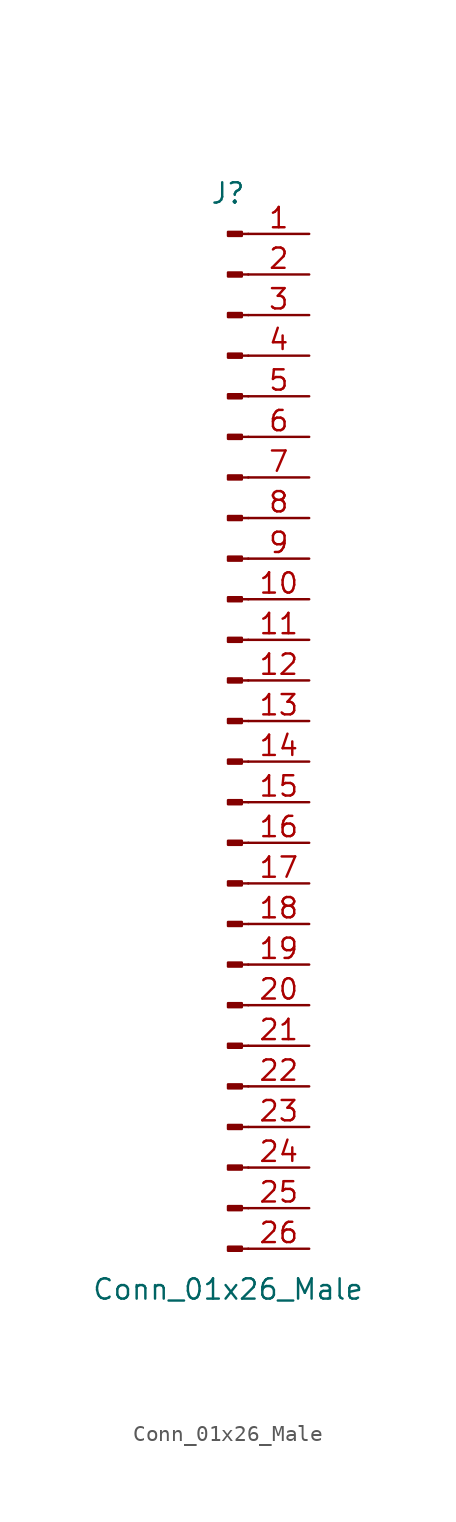
<source format=kicad_sym>
(kicad_symbol_lib
  (version 20220914)
  (generator kicad_symbol_editor)
  (symbol "Conn_01x26_Male"
    (pin_names
      (offset 1.016) hide)
    (property "Reference" "J"
      (at 0 33.02 0)
      (effects (font (size 1.27 1.27))))
    (property "Value" "Conn_01x26_Male"
      (at 0 -35.56 0)
      (effects (font (size 1.27 1.27))))
    (symbol "Conn_01x26_Male_1_1"
      (polyline (pts (xy 1.27 -33.02) (xy 0.864 -33.02)) (stroke (width 0.152) (type default)) (fill (type none)))
      (polyline (pts (xy 1.27 -30.48) (xy 0.864 -30.48)) (stroke (width 0.152) (type default)) (fill (type none)))
      (polyline (pts (xy 1.27 -27.94) (xy 0.864 -27.94)) (stroke (width 0.152) (type default)) (fill (type none)))
      (polyline (pts (xy 1.27 -25.4) (xy 0.864 -25.4)) (stroke (width 0.152) (type default)) (fill (type none)))
      (polyline (pts (xy 1.27 -22.86) (xy 0.864 -22.86)) (stroke (width 0.152) (type default)) (fill (type none)))
      (polyline (pts (xy 1.27 -20.32) (xy 0.864 -20.32)) (stroke (width 0.152) (type default)) (fill (type none)))
      (polyline (pts (xy 1.27 -17.78) (xy 0.864 -17.78)) (stroke (width 0.152) (type default)) (fill (type none)))
      (polyline (pts (xy 1.27 -15.24) (xy 0.864 -15.24)) (stroke (width 0.152) (type default)) (fill (type none)))
      (polyline (pts (xy 1.27 -12.7) (xy 0.864 -12.7)) (stroke (width 0.152) (type default)) (fill (type none)))
      (polyline (pts (xy 1.27 -10.16) (xy 0.864 -10.16)) (stroke (width 0.152) (type default)) (fill (type none)))
      (polyline (pts (xy 1.27 -7.62) (xy 0.864 -7.62)) (stroke (width 0.152) (type default)) (fill (type none)))
      (polyline (pts (xy 1.27 -5.08) (xy 0.864 -5.08)) (stroke (width 0.152) (type default)) (fill (type none)))
      (polyline (pts (xy 1.27 -2.54) (xy 0.864 -2.54)) (stroke (width 0.152) (type default)) (fill (type none)))
      (polyline (pts (xy 1.27 0) (xy 0.864 0)) (stroke (width 0.152) (type default)) (fill (type none)))
      (polyline (pts (xy 1.27 2.54) (xy 0.864 2.54)) (stroke (width 0.152) (type default)) (fill (type none)))
      (polyline (pts (xy 1.27 5.08) (xy 0.864 5.08)) (stroke (width 0.152) (type default)) (fill (type none)))
      (polyline (pts (xy 1.27 7.62) (xy 0.864 7.62)) (stroke (width 0.152) (type default)) (fill (type none)))
      (polyline (pts (xy 1.27 10.16) (xy 0.864 10.16)) (stroke (width 0.152) (type default)) (fill (type none)))
      (polyline (pts (xy 1.27 12.7) (xy 0.864 12.7)) (stroke (width 0.152) (type default)) (fill (type none)))
      (polyline (pts (xy 1.27 15.24) (xy 0.864 15.24)) (stroke (width 0.152) (type default)) (fill (type none)))
      (polyline (pts (xy 1.27 17.78) (xy 0.864 17.78)) (stroke (width 0.152) (type default)) (fill (type none)))
      (polyline (pts (xy 1.27 20.32) (xy 0.864 20.32)) (stroke (width 0.152) (type default)) (fill (type none)))
      (polyline (pts (xy 1.27 22.86) (xy 0.864 22.86)) (stroke (width 0.152) (type default)) (fill (type none)))
      (polyline (pts (xy 1.27 25.4) (xy 0.864 25.4)) (stroke (width 0.152) (type default)) (fill (type none)))
      (polyline (pts (xy 1.27 27.94) (xy 0.864 27.94)) (stroke (width 0.152) (type default)) (fill (type none)))
      (polyline (pts (xy 1.27 30.48) (xy 0.864 30.48)) (stroke (width 0.152) (type default)) (fill (type none)))
      (rectangle (start 0.864 -32.893) (end 0 -33.147) (stroke (width 0.152) (type default)) (fill (type outline)))
      (rectangle (start 0.864 -30.353) (end 0 -30.607) (stroke (width 0.152) (type default)) (fill (type outline)))
      (rectangle (start 0.864 -27.813) (end 0 -28.067) (stroke (width 0.152) (type default)) (fill (type outline)))
      (rectangle (start 0.864 -25.273) (end 0 -25.527) (stroke (width 0.152) (type default)) (fill (type outline)))
      (rectangle (start 0.864 -22.733) (end 0 -22.987) (stroke (width 0.152) (type default)) (fill (type outline)))
      (rectangle (start 0.864 -20.193) (end 0 -20.447) (stroke (width 0.152) (type default)) (fill (type outline)))
      (rectangle (start 0.864 -17.653) (end 0 -17.907) (stroke (width 0.152) (type default)) (fill (type outline)))
      (rectangle (start 0.864 -15.113) (end 0 -15.367) (stroke (width 0.152) (type default)) (fill (type outline)))
      (rectangle (start 0.864 -12.573) (end 0 -12.827) (stroke (width 0.152) (type default)) (fill (type outline)))
      (rectangle (start 0.864 -10.033) (end 0 -10.287) (stroke (width 0.152) (type default)) (fill (type outline)))
      (rectangle (start 0.864 -7.493) (end 0 -7.747) (stroke (width 0.152) (type default)) (fill (type outline)))
      (rectangle (start 0.864 -4.953) (end 0 -5.207) (stroke (width 0.152) (type default)) (fill (type outline)))
      (rectangle (start 0.864 -2.413) (end 0 -2.667) (stroke (width 0.152) (type default)) (fill (type outline)))
      (rectangle (start 0.864 0.127) (end 0 -0.127) (stroke (width 0.152) (type default)) (fill (type outline)))
      (rectangle (start 0.864 2.667) (end 0 2.413) (stroke (width 0.152) (type default)) (fill (type outline)))
      (rectangle (start 0.864 5.207) (end 0 4.953) (stroke (width 0.152) (type default)) (fill (type outline)))
      (rectangle (start 0.864 7.747) (end 0 7.493) (stroke (width 0.152) (type default)) (fill (type outline)))
      (rectangle (start 0.864 10.287) (end 0 10.033) (stroke (width 0.152) (type default)) (fill (type outline)))
      (rectangle (start 0.864 12.827) (end 0 12.573) (stroke (width 0.152) (type default)) (fill (type outline)))
      (rectangle (start 0.864 15.367) (end 0 15.113) (stroke (width 0.152) (type default)) (fill (type outline)))
      (rectangle (start 0.864 17.907) (end 0 17.653) (stroke (width 0.152) (type default)) (fill (type outline)))
      (rectangle (start 0.864 20.447) (end 0 20.193) (stroke (width 0.152) (type default)) (fill (type outline)))
      (rectangle (start 0.864 22.987) (end 0 22.733) (stroke (width 0.152) (type default)) (fill (type outline)))
      (rectangle (start 0.864 25.527) (end 0 25.273) (stroke (width 0.152) (type default)) (fill (type outline)))
      (rectangle (start 0.864 28.067) (end 0 27.813) (stroke (width 0.152) (type default)) (fill (type outline)))
      (rectangle (start 0.864 30.607) (end 0 30.353) (stroke (width 0.152) (type default)) (fill (type outline)))
      (pin passive line (at 5.08 30.48 180) (length 3.81) (name "Pin_1" (effects (font (size 1.27 1.27)))) (number "1" (effects (font (size 1.27 1.27)))))
      (pin passive line (at 5.08 7.62 180) (length 3.81) (name "Pin_10" (effects (font (size 1.27 1.27)))) (number "10" (effects (font (size 1.27 1.27)))))
      (pin passive line (at 5.08 5.08 180) (length 3.81) (name "Pin_11" (effects (font (size 1.27 1.27)))) (number "11" (effects (font (size 1.27 1.27)))))
      (pin passive line (at 5.08 2.54 180) (length 3.81) (name "Pin_12" (effects (font (size 1.27 1.27)))) (number "12" (effects (font (size 1.27 1.27)))))
      (pin passive line (at 5.08 0 180) (length 3.81) (name "Pin_13" (effects (font (size 1.27 1.27)))) (number "13" (effects (font (size 1.27 1.27)))))
      (pin passive line (at 5.08 -2.54 180) (length 3.81) (name "Pin_14" (effects (font (size 1.27 1.27)))) (number "14" (effects (font (size 1.27 1.27)))))
      (pin passive line (at 5.08 -5.08 180) (length 3.81) (name "Pin_15" (effects (font (size 1.27 1.27)))) (number "15" (effects (font (size 1.27 1.27)))))
      (pin passive line (at 5.08 -7.62 180) (length 3.81) (name "Pin_16" (effects (font (size 1.27 1.27)))) (number "16" (effects (font (size 1.27 1.27)))))
      (pin passive line (at 5.08 -10.16 180) (length 3.81) (name "Pin_17" (effects (font (size 1.27 1.27)))) (number "17" (effects (font (size 1.27 1.27)))))
      (pin passive line (at 5.08 -12.7 180) (length 3.81) (name "Pin_18" (effects (font (size 1.27 1.27)))) (number "18" (effects (font (size 1.27 1.27)))))
      (pin passive line (at 5.08 -15.24 180) (length 3.81) (name "Pin_19" (effects (font (size 1.27 1.27)))) (number "19" (effects (font (size 1.27 1.27)))))
      (pin passive line (at 5.08 27.94 180) (length 3.81) (name "Pin_2" (effects (font (size 1.27 1.27)))) (number "2" (effects (font (size 1.27 1.27)))))
      (pin passive line (at 5.08 -17.78 180) (length 3.81) (name "Pin_20" (effects (font (size 1.27 1.27)))) (number "20" (effects (font (size 1.27 1.27)))))
      (pin passive line (at 5.08 -20.32 180) (length 3.81) (name "Pin_21" (effects (font (size 1.27 1.27)))) (number "21" (effects (font (size 1.27 1.27)))))
      (pin passive line (at 5.08 -22.86 180) (length 3.81) (name "Pin_22" (effects (font (size 1.27 1.27)))) (number "22" (effects (font (size 1.27 1.27)))))
      (pin passive line (at 5.08 -25.4 180) (length 3.81) (name "Pin_23" (effects (font (size 1.27 1.27)))) (number "23" (effects (font (size 1.27 1.27)))))
      (pin passive line (at 5.08 -27.94 180) (length 3.81) (name "Pin_24" (effects (font (size 1.27 1.27)))) (number "24" (effects (font (size 1.27 1.27)))))
      (pin passive line (at 5.08 -30.48 180) (length 3.81) (name "Pin_25" (effects (font (size 1.27 1.27)))) (number "25" (effects (font (size 1.27 1.27)))))
      (pin passive line (at 5.08 -33.02 180) (length 3.81) (name "Pin_26" (effects (font (size 1.27 1.27)))) (number "26" (effects (font (size 1.27 1.27)))))
      (pin passive line (at 5.08 25.4 180) (length 3.81) (name "Pin_3" (effects (font (size 1.27 1.27)))) (number "3" (effects (font (size 1.27 1.27)))))
      (pin passive line (at 5.08 22.86 180) (length 3.81) (name "Pin_4" (effects (font (size 1.27 1.27)))) (number "4" (effects (font (size 1.27 1.27)))))
      (pin passive line (at 5.08 20.32 180) (length 3.81) (name "Pin_5" (effects (font (size 1.27 1.27)))) (number "5" (effects (font (size 1.27 1.27)))))
      (pin passive line (at 5.08 17.78 180) (length 3.81) (name "Pin_6" (effects (font (size 1.27 1.27)))) (number "6" (effects (font (size 1.27 1.27)))))
      (pin passive line (at 5.08 15.24 180) (length 3.81) (name "Pin_7" (effects (font (size 1.27 1.27)))) (number "7" (effects (font (size 1.27 1.27)))))
      (pin passive line (at 5.08 12.7 180) (length 3.81) (name "Pin_8" (effects (font (size 1.27 1.27)))) (number "8" (effects (font (size 1.27 1.27)))))
      (pin passive line (at 5.08 10.16 180) (length 3.81) (name "Pin_9" (effects (font (size 1.27 1.27)))) (number "9" (effects (font (size 1.27 1.27))))))))
</source>
